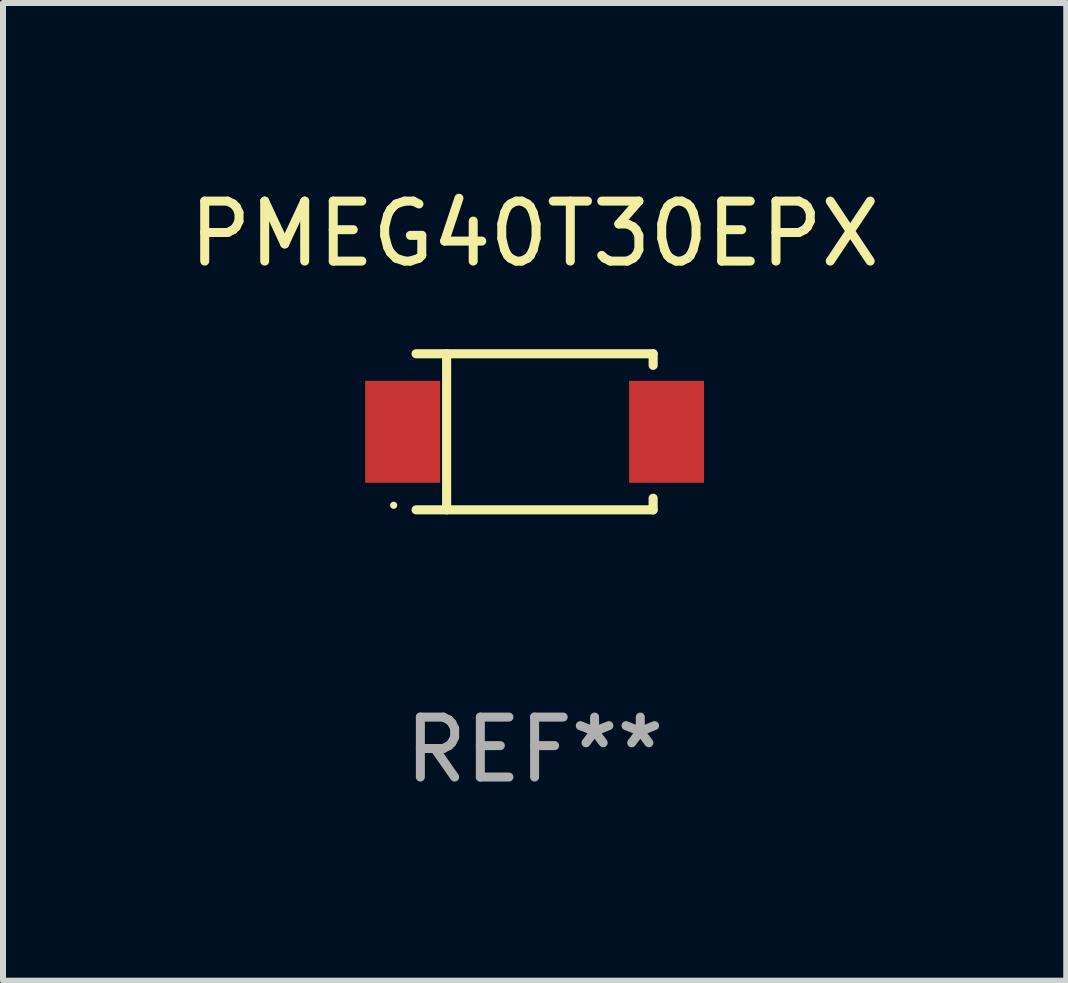
<source format=kicad_pcb>
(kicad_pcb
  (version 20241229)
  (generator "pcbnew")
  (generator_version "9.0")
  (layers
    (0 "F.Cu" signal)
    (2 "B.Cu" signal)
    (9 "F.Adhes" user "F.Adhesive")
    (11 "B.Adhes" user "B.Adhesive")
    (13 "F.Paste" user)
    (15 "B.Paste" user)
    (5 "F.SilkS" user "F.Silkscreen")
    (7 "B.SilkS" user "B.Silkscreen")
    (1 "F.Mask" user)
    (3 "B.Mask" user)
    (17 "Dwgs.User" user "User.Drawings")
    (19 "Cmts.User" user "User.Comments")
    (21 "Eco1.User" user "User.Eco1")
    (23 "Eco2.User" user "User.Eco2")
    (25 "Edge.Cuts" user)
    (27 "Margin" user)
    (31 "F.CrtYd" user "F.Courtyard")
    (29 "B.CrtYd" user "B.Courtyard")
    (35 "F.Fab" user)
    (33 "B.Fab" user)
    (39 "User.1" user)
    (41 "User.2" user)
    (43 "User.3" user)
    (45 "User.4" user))
  (footprint "PMEG40T30EPX"
    (layer "F.Cu")
    (at 5.863 4.149)
    (property "Reference" "PMEG40T30EPX" (at 0 -3.301 0) (layer "F.SilkS") (effects (font (size 1 1) (thickness 0.15))))
    (attr through_hole)
    (fp_line (start -1.976 -1.301) (end 1.976 -1.301) (stroke (width 0.152) (type solid)) (layer "F.SilkS"))
    (fp_line (start -1.976 1.301) (end 1.976 1.301) (stroke (width 0.152) (type solid)) (layer "F.SilkS"))
    (fp_line (start -1.467 -1.301) (end -1.467 1.301) (stroke (width 0.152) (type solid)) (layer "F.SilkS"))
    (fp_line (start 1.976 -1.301) (end 1.976 -1.108) (stroke (width 0.152) (type solid)) (layer "F.SilkS"))
    (fp_line (start 1.976 1.301) (end 1.976 1.108) (stroke (width 0.152) (type solid)) (layer "F.SilkS"))
    (fp_circle (center -2.35 1.225) (end -2.32 1.225) (stroke (width 0.06) (type solid)) (fill no) (layer "F.SilkS"))
    (fp_text user "REF**" (at 0 5.301 0) (layer "F.Fab") (effects (font (size 1 1) (thickness 0.15))))
    (pad "1" smd rect (at -2.2 0 180) (size 1.25 1.7) (layers "F.Cu" "F.Mask" "F.Paste"))
    (pad "2" smd rect (at 2.2 0 180) (size 1.25 1.7) (layers "F.Cu" "F.Mask" "F.Paste")))
  (gr_rect
    (start -3 -3)
    (end 14.726 13.299)
    (stroke (width 0.1) (type default))
    (fill no)
    (layer "Edge.Cuts")))
</source>
